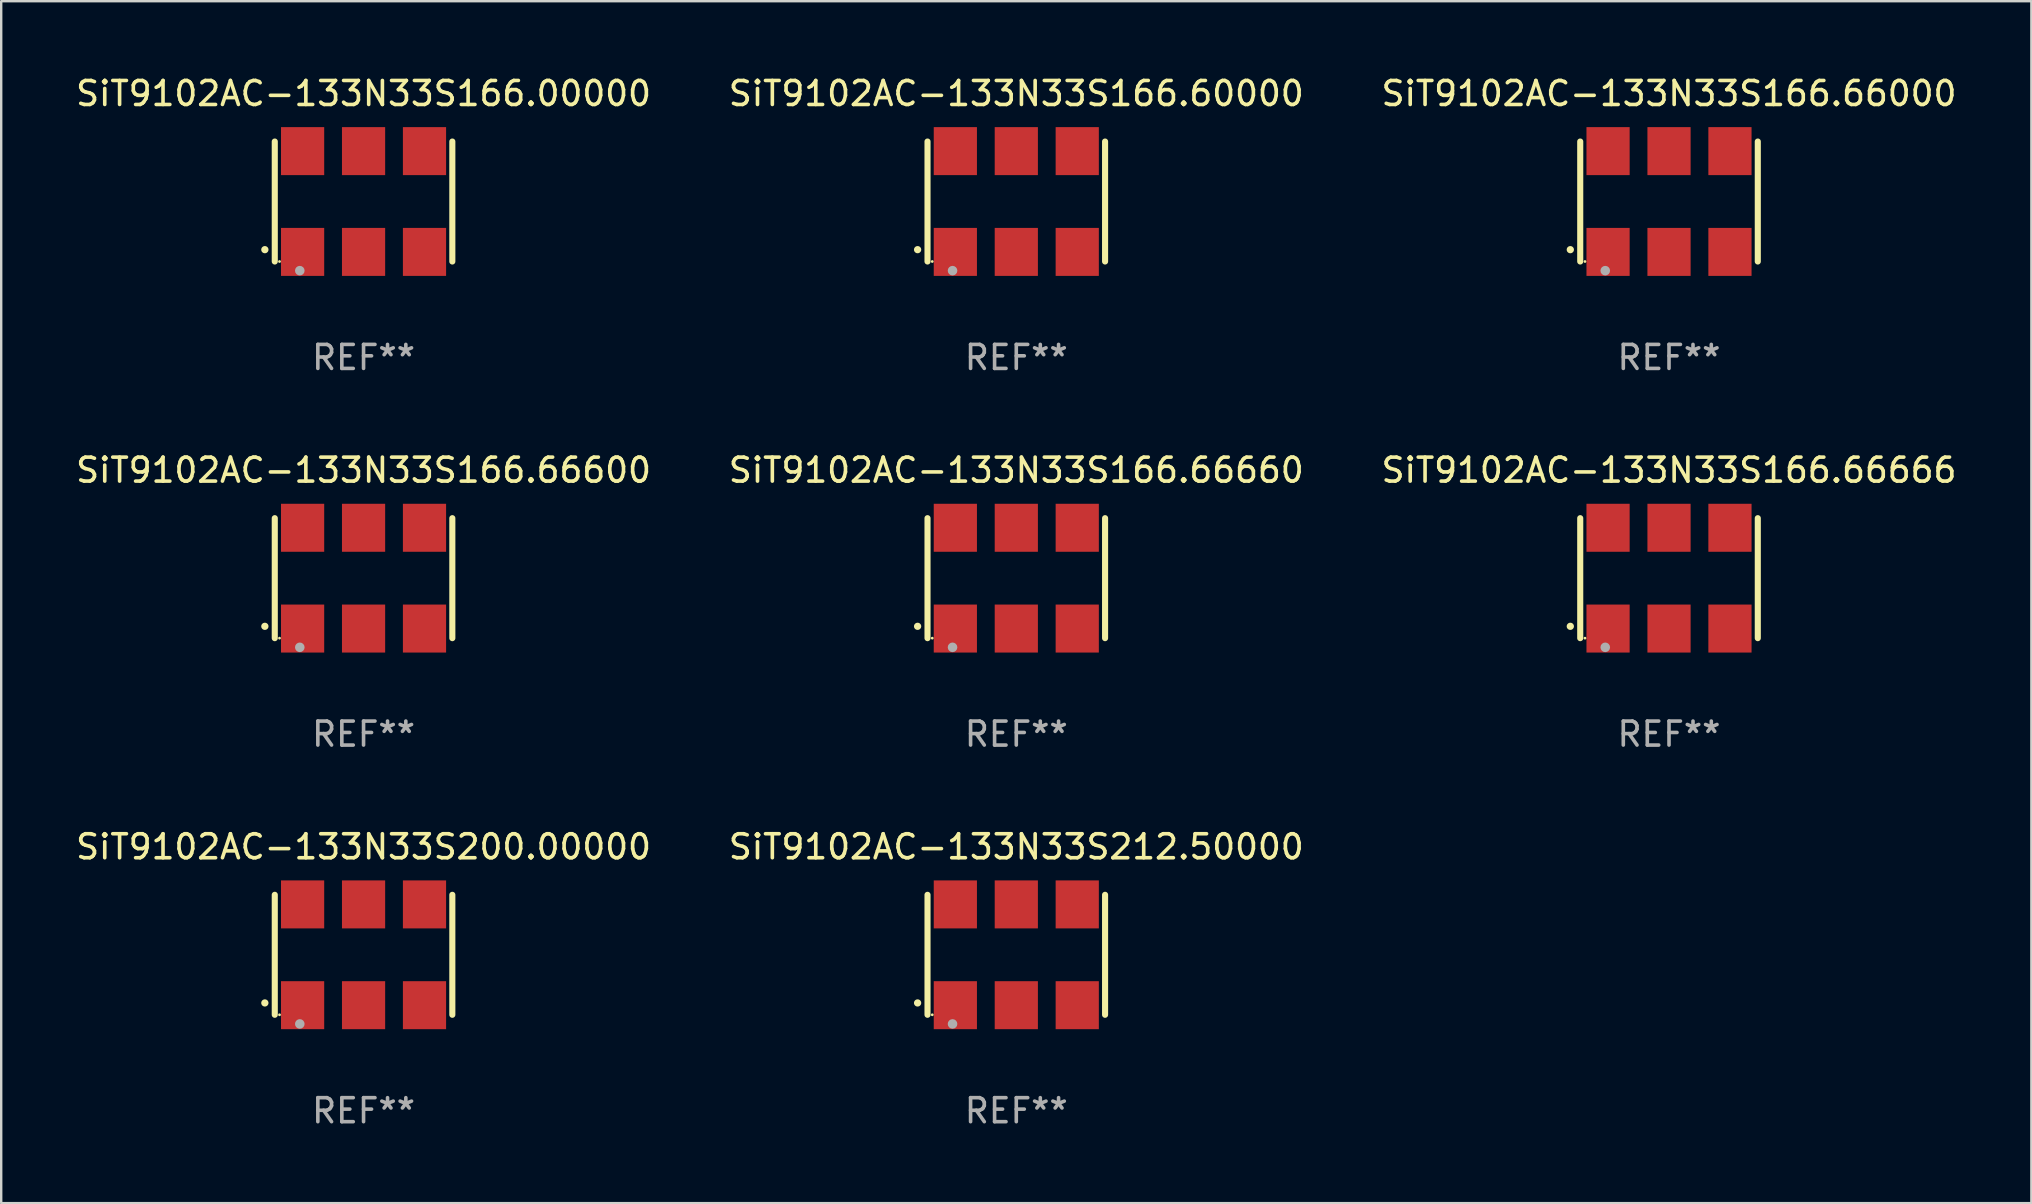
<source format=kicad_pcb>
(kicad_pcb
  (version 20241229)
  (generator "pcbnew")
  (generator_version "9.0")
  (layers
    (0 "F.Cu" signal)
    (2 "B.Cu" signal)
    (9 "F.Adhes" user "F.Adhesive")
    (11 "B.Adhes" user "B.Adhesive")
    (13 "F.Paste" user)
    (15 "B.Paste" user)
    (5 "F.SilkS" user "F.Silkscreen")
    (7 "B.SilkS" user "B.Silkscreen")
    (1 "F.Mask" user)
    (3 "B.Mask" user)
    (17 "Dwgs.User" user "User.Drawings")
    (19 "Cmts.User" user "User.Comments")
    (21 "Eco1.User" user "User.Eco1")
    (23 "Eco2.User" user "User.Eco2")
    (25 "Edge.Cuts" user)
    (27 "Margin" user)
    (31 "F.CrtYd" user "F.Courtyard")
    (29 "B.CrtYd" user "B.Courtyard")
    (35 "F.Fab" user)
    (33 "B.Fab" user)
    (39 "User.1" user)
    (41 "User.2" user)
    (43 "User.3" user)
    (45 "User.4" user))
  (footprint "SiT9102AC-133N33S166.60000"
    (layer "F.Cu")
    (at 39.304 5.348)
    (property "Reference" "SiT9102AC-133N33S166.60000" (at 0 -4.5 0) (layer "F.SilkS") (effects (font (size 1 1) (thickness 0.15))))
    (attr through_hole)
    (fp_line (start -3.7 -2.5) (end -3.7 2.5) (stroke (width 0.254) (type solid)) (layer "F.SilkS"))
    (fp_line (start 3.7 -2.5) (end 3.7 2.5) (stroke (width 0.254) (type solid)) (layer "F.SilkS"))
    (fp_arc (start -4.114415 2.006604) (mid -4.113145 2.006599) (end -4.111875 2.006604) (stroke (width 0.3) (type solid)) (layer "F.SilkS"))
    (fp_circle (center -3.502 2.5) (end -3.472 2.5) (stroke (width 0.06) (type solid)) (fill no) (layer "F.SilkS"))
    (fp_circle (center -2.657 2.882) (end -2.557 2.882) (stroke (width 0.2) (type solid)) (fill no) (layer "F.Fab"))
    (fp_text user "REF**" (at 0 6.5 0) (layer "F.Fab") (effects (font (size 1 1) (thickness 0.15))))
    (pad "1" smd rect (at -2.54 2.1) (size 1.8 2) (layers "F.Cu" "F.Mask" "F.Paste"))
    (pad "2" smd rect (at 0.000394 2.1) (size 1.8 2) (layers "F.Cu" "F.Mask" "F.Paste"))
    (pad "3" smd rect (at 2.54 2.1) (size 1.8 2) (layers "F.Cu" "F.Mask" "F.Paste"))
    (pad "4" smd rect (at 2.54 -2.1) (size 1.8 2) (layers "F.Cu" "F.Mask" "F.Paste"))
    (pad "5" smd rect (at 0.000394 -2.1) (size 1.8 2) (layers "F.Cu" "F.Mask" "F.Paste"))
    (pad "6" smd rect (at -2.54 -2.1) (size 1.8 2) (layers "F.Cu" "F.Mask" "F.Paste")))
  (footprint "SiT9102AC-133N33S166.66660"
    (layer "F.Cu")
    (at 39.304 21.045)
    (property "Reference" "SiT9102AC-133N33S166.66660" (at 0 -4.5 0) (layer "F.SilkS") (effects (font (size 1 1) (thickness 0.15))))
    (attr through_hole)
    (fp_line (start -3.7 -2.5) (end -3.7 2.5) (stroke (width 0.254) (type solid)) (layer "F.SilkS"))
    (fp_line (start 3.7 -2.5) (end 3.7 2.5) (stroke (width 0.254) (type solid)) (layer "F.SilkS"))
    (fp_arc (start -4.114415 2.006604) (mid -4.113145 2.006599) (end -4.111875 2.006604) (stroke (width 0.3) (type solid)) (layer "F.SilkS"))
    (fp_circle (center -3.502 2.5) (end -3.472 2.5) (stroke (width 0.06) (type solid)) (fill no) (layer "F.SilkS"))
    (fp_circle (center -2.657 2.882) (end -2.557 2.882) (stroke (width 0.2) (type solid)) (fill no) (layer "F.Fab"))
    (fp_text user "REF**" (at 0 6.5 0) (layer "F.Fab") (effects (font (size 1 1) (thickness 0.15))))
    (pad "1" smd rect (at -2.54 2.1) (size 1.8 2) (layers "F.Cu" "F.Mask" "F.Paste"))
    (pad "2" smd rect (at 0.000394 2.1) (size 1.8 2) (layers "F.Cu" "F.Mask" "F.Paste"))
    (pad "3" smd rect (at 2.54 2.1) (size 1.8 2) (layers "F.Cu" "F.Mask" "F.Paste"))
    (pad "4" smd rect (at 2.54 -2.1) (size 1.8 2) (layers "F.Cu" "F.Mask" "F.Paste"))
    (pad "5" smd rect (at 0.000394 -2.1) (size 1.8 2) (layers "F.Cu" "F.Mask" "F.Paste"))
    (pad "6" smd rect (at -2.54 -2.1) (size 1.8 2) (layers "F.Cu" "F.Mask" "F.Paste")))
  (footprint "SiT9102AC-133N33S212.50000"
    (layer "F.Cu")
    (at 39.304 36.741)
    (property "Reference" "SiT9102AC-133N33S212.50000" (at 0 -4.5 0) (layer "F.SilkS") (effects (font (size 1 1) (thickness 0.15))))
    (attr through_hole)
    (fp_line (start -3.7 -2.5) (end -3.7 2.5) (stroke (width 0.254) (type solid)) (layer "F.SilkS"))
    (fp_line (start 3.7 -2.5) (end 3.7 2.5) (stroke (width 0.254) (type solid)) (layer "F.SilkS"))
    (fp_arc (start -4.114415 2.006604) (mid -4.113145 2.006599) (end -4.111875 2.006604) (stroke (width 0.3) (type solid)) (layer "F.SilkS"))
    (fp_circle (center -3.502 2.5) (end -3.472 2.5) (stroke (width 0.06) (type solid)) (fill no) (layer "F.SilkS"))
    (fp_circle (center -2.657 2.882) (end -2.557 2.882) (stroke (width 0.2) (type solid)) (fill no) (layer "F.Fab"))
    (fp_text user "REF**" (at 0 6.5 0) (layer "F.Fab") (effects (font (size 1 1) (thickness 0.15))))
    (pad "1" smd rect (at -2.54 2.1) (size 1.8 2) (layers "F.Cu" "F.Mask" "F.Paste"))
    (pad "2" smd rect (at 0.000394 2.1) (size 1.8 2) (layers "F.Cu" "F.Mask" "F.Paste"))
    (pad "3" smd rect (at 2.54 2.1) (size 1.8 2) (layers "F.Cu" "F.Mask" "F.Paste"))
    (pad "4" smd rect (at 2.54 -2.1) (size 1.8 2) (layers "F.Cu" "F.Mask" "F.Paste"))
    (pad "5" smd rect (at 0.000394 -2.1) (size 1.8 2) (layers "F.Cu" "F.Mask" "F.Paste"))
    (pad "6" smd rect (at -2.54 -2.1) (size 1.8 2) (layers "F.Cu" "F.Mask" "F.Paste")))
  (footprint "SiT9102AC-133N33S166.66600"
    (layer "F.Cu")
    (at 12.101 21.045)
    (property "Reference" "SiT9102AC-133N33S166.66600" (at 0 -4.5 0) (layer "F.SilkS") (effects (font (size 1 1) (thickness 0.15))))
    (attr through_hole)
    (fp_line (start -3.7 -2.5) (end -3.7 2.5) (stroke (width 0.254) (type solid)) (layer "F.SilkS"))
    (fp_line (start 3.7 -2.5) (end 3.7 2.5) (stroke (width 0.254) (type solid)) (layer "F.SilkS"))
    (fp_arc (start -4.114415 2.006604) (mid -4.113145 2.006599) (end -4.111875 2.006604) (stroke (width 0.3) (type solid)) (layer "F.SilkS"))
    (fp_circle (center -3.502 2.5) (end -3.472 2.5) (stroke (width 0.06) (type solid)) (fill no) (layer "F.SilkS"))
    (fp_circle (center -2.657 2.882) (end -2.557 2.882) (stroke (width 0.2) (type solid)) (fill no) (layer "F.Fab"))
    (fp_text user "REF**" (at 0 6.5 0) (layer "F.Fab") (effects (font (size 1 1) (thickness 0.15))))
    (pad "1" smd rect (at -2.54 2.1) (size 1.8 2) (layers "F.Cu" "F.Mask" "F.Paste"))
    (pad "2" smd rect (at 0.000394 2.1) (size 1.8 2) (layers "F.Cu" "F.Mask" "F.Paste"))
    (pad "3" smd rect (at 2.54 2.1) (size 1.8 2) (layers "F.Cu" "F.Mask" "F.Paste"))
    (pad "4" smd rect (at 2.54 -2.1) (size 1.8 2) (layers "F.Cu" "F.Mask" "F.Paste"))
    (pad "5" smd rect (at 0.000394 -2.1) (size 1.8 2) (layers "F.Cu" "F.Mask" "F.Paste"))
    (pad "6" smd rect (at -2.54 -2.1) (size 1.8 2) (layers "F.Cu" "F.Mask" "F.Paste")))
  (footprint "SiT9102AC-133N33S200.00000"
    (layer "F.Cu")
    (at 12.101 36.741)
    (property "Reference" "SiT9102AC-133N33S200.00000" (at 0 -4.5 0) (layer "F.SilkS") (effects (font (size 1 1) (thickness 0.15))))
    (attr through_hole)
    (fp_line (start -3.7 -2.5) (end -3.7 2.5) (stroke (width 0.254) (type solid)) (layer "F.SilkS"))
    (fp_line (start 3.7 -2.5) (end 3.7 2.5) (stroke (width 0.254) (type solid)) (layer "F.SilkS"))
    (fp_arc (start -4.114415 2.006604) (mid -4.113145 2.006599) (end -4.111875 2.006604) (stroke (width 0.3) (type solid)) (layer "F.SilkS"))
    (fp_circle (center -3.502 2.5) (end -3.472 2.5) (stroke (width 0.06) (type solid)) (fill no) (layer "F.SilkS"))
    (fp_circle (center -2.657 2.882) (end -2.557 2.882) (stroke (width 0.2) (type solid)) (fill no) (layer "F.Fab"))
    (fp_text user "REF**" (at 0 6.5 0) (layer "F.Fab") (effects (font (size 1 1) (thickness 0.15))))
    (pad "1" smd rect (at -2.54 2.1) (size 1.8 2) (layers "F.Cu" "F.Mask" "F.Paste"))
    (pad "2" smd rect (at 0.000394 2.1) (size 1.8 2) (layers "F.Cu" "F.Mask" "F.Paste"))
    (pad "3" smd rect (at 2.54 2.1) (size 1.8 2) (layers "F.Cu" "F.Mask" "F.Paste"))
    (pad "4" smd rect (at 2.54 -2.1) (size 1.8 2) (layers "F.Cu" "F.Mask" "F.Paste"))
    (pad "5" smd rect (at 0.000394 -2.1) (size 1.8 2) (layers "F.Cu" "F.Mask" "F.Paste"))
    (pad "6" smd rect (at -2.54 -2.1) (size 1.8 2) (layers "F.Cu" "F.Mask" "F.Paste")))
  (footprint "SiT9102AC-133N33S166.66000"
    (layer "F.Cu")
    (at 66.506 5.348)
    (property "Reference" "SiT9102AC-133N33S166.66000" (at 0 -4.5 0) (layer "F.SilkS") (effects (font (size 1 1) (thickness 0.15))))
    (attr through_hole)
    (fp_line (start -3.7 -2.5) (end -3.7 2.5) (stroke (width 0.254) (type solid)) (layer "F.SilkS"))
    (fp_line (start 3.7 -2.5) (end 3.7 2.5) (stroke (width 0.254) (type solid)) (layer "F.SilkS"))
    (fp_arc (start -4.114415 2.006604) (mid -4.113145 2.006599) (end -4.111875 2.006604) (stroke (width 0.3) (type solid)) (layer "F.SilkS"))
    (fp_circle (center -3.502 2.5) (end -3.472 2.5) (stroke (width 0.06) (type solid)) (fill no) (layer "F.SilkS"))
    (fp_circle (center -2.657 2.882) (end -2.557 2.882) (stroke (width 0.2) (type solid)) (fill no) (layer "F.Fab"))
    (fp_text user "REF**" (at 0 6.5 0) (layer "F.Fab") (effects (font (size 1 1) (thickness 0.15))))
    (pad "1" smd rect (at -2.54 2.1) (size 1.8 2) (layers "F.Cu" "F.Mask" "F.Paste"))
    (pad "2" smd rect (at 0.000394 2.1) (size 1.8 2) (layers "F.Cu" "F.Mask" "F.Paste"))
    (pad "3" smd rect (at 2.54 2.1) (size 1.8 2) (layers "F.Cu" "F.Mask" "F.Paste"))
    (pad "4" smd rect (at 2.54 -2.1) (size 1.8 2) (layers "F.Cu" "F.Mask" "F.Paste"))
    (pad "5" smd rect (at 0.000394 -2.1) (size 1.8 2) (layers "F.Cu" "F.Mask" "F.Paste"))
    (pad "6" smd rect (at -2.54 -2.1) (size 1.8 2) (layers "F.Cu" "F.Mask" "F.Paste")))
  (footprint "SiT9102AC-133N33S166.66666"
    (layer "F.Cu")
    (at 66.506 21.045)
    (property "Reference" "SiT9102AC-133N33S166.66666" (at 0 -4.5 0) (layer "F.SilkS") (effects (font (size 1 1) (thickness 0.15))))
    (attr through_hole)
    (fp_line (start -3.7 -2.5) (end -3.7 2.5) (stroke (width 0.254) (type solid)) (layer "F.SilkS"))
    (fp_line (start 3.7 -2.5) (end 3.7 2.5) (stroke (width 0.254) (type solid)) (layer "F.SilkS"))
    (fp_arc (start -4.114415 2.006604) (mid -4.113145 2.006599) (end -4.111875 2.006604) (stroke (width 0.3) (type solid)) (layer "F.SilkS"))
    (fp_circle (center -3.502 2.5) (end -3.472 2.5) (stroke (width 0.06) (type solid)) (fill no) (layer "F.SilkS"))
    (fp_circle (center -2.657 2.882) (end -2.557 2.882) (stroke (width 0.2) (type solid)) (fill no) (layer "F.Fab"))
    (fp_text user "REF**" (at 0 6.5 0) (layer "F.Fab") (effects (font (size 1 1) (thickness 0.15))))
    (pad "1" smd rect (at -2.54 2.1) (size 1.8 2) (layers "F.Cu" "F.Mask" "F.Paste"))
    (pad "2" smd rect (at 0.000394 2.1) (size 1.8 2) (layers "F.Cu" "F.Mask" "F.Paste"))
    (pad "3" smd rect (at 2.54 2.1) (size 1.8 2) (layers "F.Cu" "F.Mask" "F.Paste"))
    (pad "4" smd rect (at 2.54 -2.1) (size 1.8 2) (layers "F.Cu" "F.Mask" "F.Paste"))
    (pad "5" smd rect (at 0.000394 -2.1) (size 1.8 2) (layers "F.Cu" "F.Mask" "F.Paste"))
    (pad "6" smd rect (at -2.54 -2.1) (size 1.8 2) (layers "F.Cu" "F.Mask" "F.Paste")))
  (footprint "SiT9102AC-133N33S166.00000"
    (layer "F.Cu")
    (at 12.101 5.348)
    (property "Reference" "SiT9102AC-133N33S166.00000" (at 0 -4.5 0) (layer "F.SilkS") (effects (font (size 1 1) (thickness 0.15))))
    (attr through_hole)
    (fp_line (start -3.7 -2.5) (end -3.7 2.5) (stroke (width 0.254) (type solid)) (layer "F.SilkS"))
    (fp_line (start 3.7 -2.5) (end 3.7 2.5) (stroke (width 0.254) (type solid)) (layer "F.SilkS"))
    (fp_arc (start -4.114415 2.006604) (mid -4.113145 2.006599) (end -4.111875 2.006604) (stroke (width 0.3) (type solid)) (layer "F.SilkS"))
    (fp_circle (center -3.502 2.5) (end -3.472 2.5) (stroke (width 0.06) (type solid)) (fill no) (layer "F.SilkS"))
    (fp_circle (center -2.657 2.882) (end -2.557 2.882) (stroke (width 0.2) (type solid)) (fill no) (layer "F.Fab"))
    (fp_text user "REF**" (at 0 6.5 0) (layer "F.Fab") (effects (font (size 1 1) (thickness 0.15))))
    (pad "1" smd rect (at -2.54 2.1) (size 1.8 2) (layers "F.Cu" "F.Mask" "F.Paste"))
    (pad "2" smd rect (at 0.000394 2.1) (size 1.8 2) (layers "F.Cu" "F.Mask" "F.Paste"))
    (pad "3" smd rect (at 2.54 2.1) (size 1.8 2) (layers "F.Cu" "F.Mask" "F.Paste"))
    (pad "4" smd rect (at 2.54 -2.1) (size 1.8 2) (layers "F.Cu" "F.Mask" "F.Paste"))
    (pad "5" smd rect (at 0.000394 -2.1) (size 1.8 2) (layers "F.Cu" "F.Mask" "F.Paste"))
    (pad "6" smd rect (at -2.54 -2.1) (size 1.8 2) (layers "F.Cu" "F.Mask" "F.Paste")))
  (gr_rect
    (start -3 -3)
    (end 81.607 47.09)
    (stroke (width 0.1) (type default))
    (fill no)
    (layer "Edge.Cuts")))
</source>
